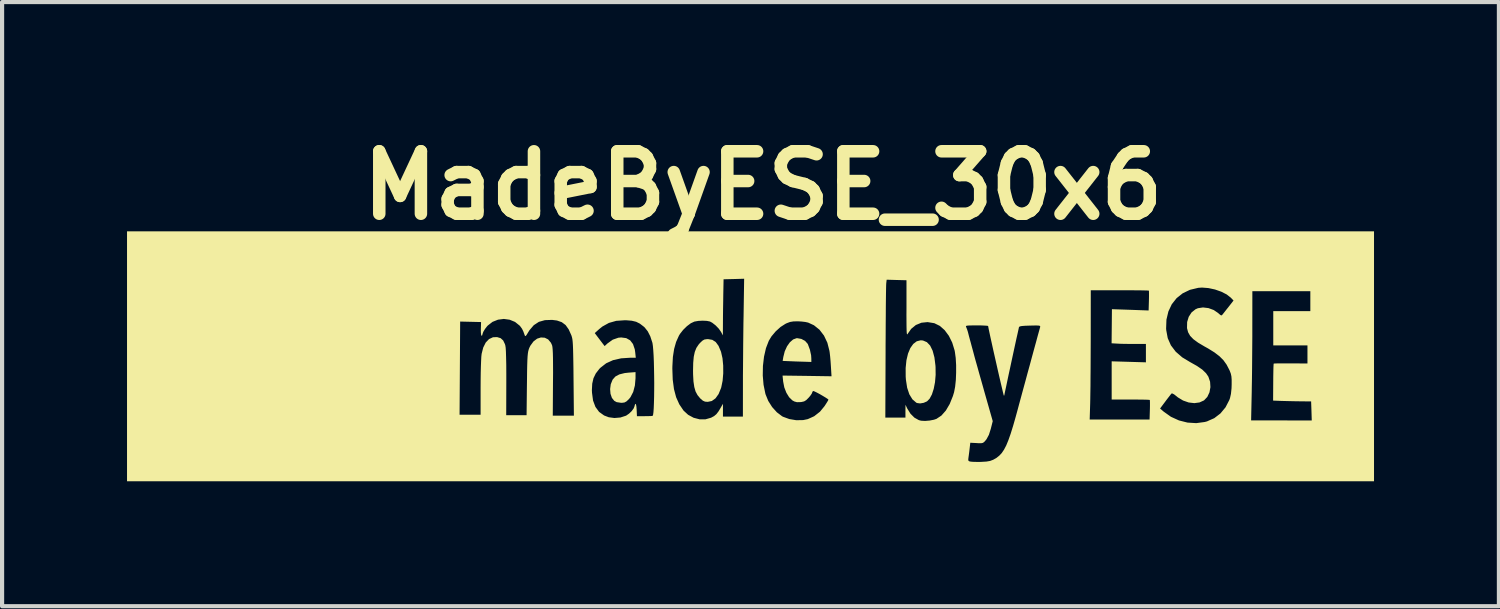
<source format=kicad_pcb>
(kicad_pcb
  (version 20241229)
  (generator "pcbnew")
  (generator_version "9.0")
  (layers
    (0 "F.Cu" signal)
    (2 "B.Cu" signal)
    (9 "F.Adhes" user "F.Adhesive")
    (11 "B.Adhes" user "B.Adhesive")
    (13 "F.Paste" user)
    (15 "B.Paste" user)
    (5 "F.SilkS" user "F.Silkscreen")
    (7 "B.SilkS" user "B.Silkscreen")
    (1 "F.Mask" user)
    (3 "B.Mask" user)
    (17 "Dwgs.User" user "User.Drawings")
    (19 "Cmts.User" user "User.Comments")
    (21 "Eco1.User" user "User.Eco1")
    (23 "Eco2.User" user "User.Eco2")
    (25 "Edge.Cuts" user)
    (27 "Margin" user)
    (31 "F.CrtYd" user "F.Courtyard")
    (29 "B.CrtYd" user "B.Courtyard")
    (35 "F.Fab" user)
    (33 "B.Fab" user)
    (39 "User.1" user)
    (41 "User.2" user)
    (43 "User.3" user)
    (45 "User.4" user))
  (footprint "MadeByESE_30x6"
    (layer "F.Cu")
    (at 14.971 5.504)
    (property "Reference" "MadeByESE_30x6" (at 0.3 -4.1 0) (layer "F.SilkS") (effects (font (size 1.5 1.5) (thickness 0.3))))
    (attr board_only exclude_from_pos_files exclude_from_bom)
    (fp_poly (pts (xy 1.221 -0.416) (xy 1.309 -0.369) (xy 1.37 -0.301) (xy 1.377 -0.289) (xy 1.426 -0.157) (xy 1.455 -0.023) (xy 1.46 0.051) (xy 1.461 0.137) (xy 1.307 0.132) (xy 1.204 0.129) (xy 1.082 0.125) (xy 0.966 0.12) (xy 0.962 0.12) (xy 0.772 0.112) (xy 0.788 0.016) (xy 0.822 -0.119) (xy 0.877 -0.239) (xy 0.945 -0.335) (xy 1.023 -0.403) (xy 1.104 -0.433) (xy 1.121 -0.434)) (stroke (width 0) (type solid)) (fill yes) (layer "F.SilkS"))
    (fp_poly (pts (xy -2.761 0.526) (xy -2.776 0.701) (xy -2.817 0.857) (xy -2.883 0.984) (xy -2.921 1.03) (xy -2.978 1.084) (xy -3.026 1.11) (xy -3.086 1.118) (xy -3.108 1.118) (xy -3.214 1.102) (xy -3.271 1.071) (xy -3.328 1) (xy -3.362 0.901) (xy -3.371 0.788) (xy -3.356 0.673) (xy -3.314 0.568) (xy -3.309 0.559) (xy -3.244 0.486) (xy -3.15 0.436) (xy -3.022 0.404) (xy -2.931 0.394) (xy -2.761 0.381)) (stroke (width 0) (type solid)) (fill yes) (layer "F.SilkS"))
    (fp_poly (pts (xy 4.141 -0.378) (xy 4.235 -0.338) (xy 4.313 -0.256) (xy 4.373 -0.133) (xy 4.416 0.028) (xy 4.441 0.228) (xy 4.443 0.264) (xy 4.445 0.449) (xy 4.43 0.624) (xy 4.399 0.782) (xy 4.356 0.916) (xy 4.3 1.02) (xy 4.238 1.083) (xy 4.159 1.118) (xy 4.073 1.133) (xy 3.999 1.123) (xy 3.982 1.116) (xy 3.888 1.035) (xy 3.814 0.915) (xy 3.761 0.756) (xy 3.731 0.561) (xy 3.726 0.49) (xy 3.725 0.282) (xy 3.744 0.096) (xy 3.782 -0.064) (xy 3.837 -0.196) (xy 3.907 -0.295) (xy 3.991 -0.359) (xy 4.086 -0.383)) (stroke (width 0) (type solid)) (fill yes) (layer "F.SilkS"))
    (fp_poly (pts (xy -0.918 -0.394) (xy -0.836 -0.342) (xy -0.769 -0.251) (xy -0.713 -0.119) (xy -0.707 -0.102) (xy -0.673 0.048) (xy -0.656 0.223) (xy -0.655 0.409) (xy -0.67 0.588) (xy -0.702 0.744) (xy -0.708 0.764) (xy -0.767 0.908) (xy -0.842 1.012) (xy -0.93 1.075) (xy -1.027 1.095) (xy -1.092 1.09) (xy -1.144 1.067) (xy -1.202 1.017) (xy -1.21 1.009) (xy -1.272 0.934) (xy -1.319 0.847) (xy -1.35 0.739) (xy -1.37 0.604) (xy -1.379 0.435) (xy -1.38 0.342) (xy -1.376 0.159) (xy -1.363 0.013) (xy -1.338 -0.104) (xy -1.3 -0.2) (xy -1.246 -0.281) (xy -1.213 -0.319) (xy -1.156 -0.373) (xy -1.109 -0.401) (xy -1.053 -0.41) (xy -1.017 -0.411)) (stroke (width 0) (type solid)) (fill yes) (layer "F.SilkS"))
    (fp_poly (pts (xy 14.971 0.001) (xy 14.971 3.002) (xy 0 3.002) (xy -14.971 3.002) (xy -14.971 1.404) (xy -6.986 1.404) (xy -6.734 1.404) (xy -6.481 1.404) (xy -6.481 0.748) (xy -6.48 0.571) (xy -6.478 0.402) (xy -6.474 0.247) (xy -6.469 0.115) (xy -6.464 0.012) (xy -6.457 -0.052) (xy -6.457 -0.055) (xy -6.418 -0.209) (xy -6.358 -0.329) (xy -6.279 -0.412) (xy -6.184 -0.456) (xy -6.086 -0.46) (xy -6 -0.434) (xy -5.939 -0.379) (xy -5.896 -0.289) (xy -5.887 -0.257) (xy -5.879 -0.204) (xy -5.873 -0.109) (xy -5.869 0.027) (xy -5.865 0.202) (xy -5.864 0.413) (xy -5.864 0.626) (xy -5.866 1.416) (xy -5.621 1.416) (xy -5.377 1.416) (xy -5.37 0.777) (xy -5.367 0.551) (xy -5.365 0.366) (xy -5.362 0.216) (xy -5.358 0.098) (xy -5.353 0.005) (xy -5.346 -0.066) (xy -5.337 -0.121) (xy -5.325 -0.165) (xy -5.311 -0.203) (xy -5.293 -0.239) (xy -5.285 -0.255) (xy -5.211 -0.356) (xy -5.124 -0.422) (xy -5.032 -0.451) (xy -4.941 -0.445) (xy -4.859 -0.404) (xy -4.793 -0.325) (xy -4.765 -0.264) (xy -4.757 -0.226) (xy -4.751 -0.165) (xy -4.746 -0.075) (xy -4.743 0.047) (xy -4.742 0.203) (xy -4.741 0.398) (xy -4.743 0.623) (xy -4.748 1.427) (xy -4.495 1.427) (xy -4.241 1.427) (xy -4.247 0.817) (xy -3.809 0.817) (xy -3.806 0.877) (xy -3.781 1.064) (xy -3.724 1.216) (xy -3.636 1.336) (xy -3.516 1.422) (xy -3.404 1.465) (xy -3.268 1.483) (xy -3.124 1.471) (xy -2.994 1.429) (xy -2.985 1.425) (xy -2.918 1.379) (xy -2.854 1.318) (xy -2.806 1.253) (xy -2.784 1.198) (xy -2.784 1.193) (xy -2.772 1.153) (xy -2.762 1.143) (xy -2.75 1.156) (xy -2.74 1.207) (xy -2.734 1.284) (xy -2.727 1.439) (xy -2.556 1.439) (xy -2.468 1.438) (xy -2.396 1.436) (xy -2.353 1.433) (xy -2.351 1.432) (xy -2.34 1.408) (xy -2.331 1.344) (xy -2.324 1.247) (xy -2.319 1.122) (xy -2.315 0.975) (xy -2.313 0.814) (xy -2.312 0.642) (xy -2.314 0.468) (xy -2.317 0.298) (xy -1.877 0.298) (xy -1.868 0.561) (xy -1.838 0.789) (xy -1.786 0.985) (xy -1.71 1.154) (xy -1.61 1.302) (xy -1.609 1.304) (xy -1.498 1.406) (xy -1.367 1.477) (xy -1.224 1.514) (xy -1.08 1.514) (xy -0.947 1.476) (xy -0.875 1.437) (xy -0.819 1.39) (xy -0.767 1.322) (xy -0.721 1.245) (xy -0.662 1.142) (xy -0.662 1.296) (xy -0.662 1.45) (xy -0.422 1.45) (xy -0.183 1.45) (xy -0.182 0.703) (xy -0.182 0.496) (xy -0.182 0.462) (xy 0.294 0.462) (xy 0.313 0.685) (xy 0.355 0.891) (xy 0.361 0.914) (xy 0.426 1.073) (xy 0.519 1.22) (xy 0.633 1.346) (xy 0.757 1.44) (xy 0.781 1.453) (xy 0.931 1.508) (xy 1.098 1.536) (xy 1.263 1.533) (xy 1.374 1.51) (xy 1.457 1.473) (xy 3.237 1.473) (xy 3.478 1.473) (xy 3.72 1.473) (xy 3.72 1.319) (xy 3.721 1.165) (xy 3.764 1.256) (xy 3.841 1.38) (xy 3.936 1.475) (xy 4.042 1.534) (xy 4.097 1.548) (xy 4.192 1.553) (xy 4.302 1.544) (xy 4.405 1.524) (xy 4.464 1.504) (xy 4.583 1.425) (xy 4.69 1.304) (xy 4.783 1.146) (xy 4.86 0.955) (xy 4.888 0.862) (xy 4.913 0.732) (xy 4.93 0.572) (xy 4.937 0.394) (xy 4.937 0.213) (xy 4.927 0.041) (xy 4.907 -0.106) (xy 4.9 -0.142) (xy 4.843 -0.328) (xy 4.762 -0.491) (xy 4.661 -0.627) (xy 4.565 -0.712) (xy 5.173 -0.712) (xy 5.179 -0.698) (xy 5.199 -0.648) (xy 5.221 -0.58) (xy 5.224 -0.567) (xy 5.245 -0.484) (xy 5.267 -0.403) (xy 5.268 -0.398) (xy 5.284 -0.342) (xy 5.307 -0.255) (xy 5.335 -0.153) (xy 5.352 -0.09) (xy 5.373 -0.01) (xy 5.405 0.106) (xy 5.446 0.25) (xy 5.492 0.416) (xy 5.543 0.595) (xy 5.595 0.78) (xy 5.614 0.848) (xy 5.816 1.558) (xy 5.77 1.741) (xy 5.724 1.886) (xy 5.668 1.99) (xy 5.654 2.009) (xy 5.615 2.054) (xy 5.582 2.079) (xy 5.541 2.088) (xy 5.475 2.088) (xy 5.43 2.085) (xy 5.277 2.077) (xy 5.264 2.191) (xy 5.253 2.287) (xy 5.24 2.386) (xy 5.236 2.413) (xy 5.228 2.477) (xy 5.233 2.51) (xy 5.257 2.524) (xy 5.286 2.53) (xy 5.339 2.535) (xy 5.423 2.537) (xy 5.52 2.537) (xy 5.546 2.536) (xy 5.664 2.529) (xy 5.752 2.514) (xy 5.823 2.487) (xy 5.834 2.482) (xy 5.908 2.439) (xy 5.973 2.387) (xy 6.033 2.323) (xy 6.087 2.243) (xy 6.14 2.142) (xy 6.192 2.015) (xy 6.247 1.859) (xy 6.306 1.669) (xy 6.349 1.519) (xy 8.144 1.519) (xy 8.863 1.519) (xy 9.582 1.519) (xy 9.589 1.288) (xy 9.59 1.255) (xy 9.834 1.255) (xy 9.921 1.33) (xy 10.094 1.453) (xy 10.287 1.541) (xy 10.493 1.593) (xy 10.702 1.606) (xy 10.905 1.579) (xy 10.962 1.564) (xy 11.012 1.541) (xy 12.02 1.541) (xy 12.748 1.541) (xy 13.476 1.542) (xy 13.469 1.313) (xy 13.461 1.085) (xy 13.183 1.082) (xy 13.053 1.08) (xy 12.918 1.077) (xy 12.798 1.074) (xy 12.727 1.072) (xy 12.548 1.065) (xy 12.551 0.625) (xy 12.552 0.489) (xy 12.554 0.368) (xy 12.556 0.272) (xy 12.559 0.206) (xy 12.562 0.177) (xy 12.562 0.177) (xy 12.587 0.174) (xy 12.649 0.172) (xy 12.743 0.171) (xy 12.859 0.171) (xy 12.972 0.171) (xy 13.373 0.174) (xy 13.373 -0.044) (xy 13.373 -0.261) (xy 12.962 -0.261) (xy 12.552 -0.261) (xy 12.552 -0.672) (xy 12.552 -1.083) (xy 12.997 -1.083) (xy 13.442 -1.083) (xy 13.442 -1.323) (xy 13.442 -1.562) (xy 12.746 -1.562) (xy 12.05 -1.562) (xy 12.049 -0.701) (xy 12.049 -0.467) (xy 12.047 -0.213) (xy 12.045 0.049) (xy 12.043 0.307) (xy 12.04 0.549) (xy 12.036 0.763) (xy 12.035 0.851) (xy 12.02 1.541) (xy 11.012 1.541) (xy 11.135 1.487) (xy 11.284 1.373) (xy 11.406 1.226) (xy 11.497 1.05) (xy 11.513 1.005) (xy 11.536 0.903) (xy 11.55 0.769) (xy 11.553 0.674) (xy 11.553 0.564) (xy 11.547 0.484) (xy 11.533 0.419) (xy 11.508 0.352) (xy 11.495 0.324) (xy 11.431 0.201) (xy 11.355 0.095) (xy 11.26 -0.000039) (xy 11.14 -0.092) (xy 10.987 -0.187) (xy 10.899 -0.236) (xy 10.747 -0.326) (xy 10.634 -0.409) (xy 10.556 -0.49) (xy 10.507 -0.576) (xy 10.482 -0.671) (xy 10.481 -0.683) (xy 10.484 -0.822) (xy 10.522 -0.947) (xy 10.59 -1.052) (xy 10.685 -1.128) (xy 10.742 -1.153) (xy 10.864 -1.172) (xy 10.996 -1.156) (xy 11.122 -1.11) (xy 11.228 -1.038) (xy 11.247 -1.02) (xy 11.287 -0.987) (xy 11.315 -0.981) (xy 11.317 -0.983) (xy 11.339 -1.009) (xy 11.381 -1.062) (xy 11.436 -1.132) (xy 11.467 -1.17) (xy 11.598 -1.338) (xy 11.533 -1.406) (xy 11.435 -1.483) (xy 11.304 -1.55) (xy 11.153 -1.603) (xy 10.995 -1.637) (xy 10.842 -1.649) (xy 10.752 -1.643) (xy 10.551 -1.595) (xy 10.377 -1.511) (xy 10.231 -1.395) (xy 10.115 -1.248) (xy 10.034 -1.076) (xy 9.987 -0.88) (xy 9.979 -0.664) (xy 9.982 -0.627) (xy 10.018 -0.434) (xy 10.094 -0.262) (xy 10.21 -0.109) (xy 10.367 0.027) (xy 10.553 0.139) (xy 10.72 0.233) (xy 10.848 0.321) (xy 10.938 0.408) (xy 10.994 0.491) (xy 11.035 0.613) (xy 11.043 0.742) (xy 11.02 0.867) (xy 10.968 0.977) (xy 10.89 1.059) (xy 10.889 1.06) (xy 10.782 1.109) (xy 10.656 1.126) (xy 10.52 1.11) (xy 10.386 1.063) (xy 10.262 0.988) (xy 10.233 0.964) (xy 10.173 0.917) (xy 10.128 0.893) (xy 10.11 0.894) (xy 10.088 0.92) (xy 10.046 0.974) (xy 9.991 1.045) (xy 9.962 1.084) (xy 9.834 1.255) (xy 9.59 1.255) (xy 9.591 1.191) (xy 9.591 1.112) (xy 9.589 1.061) (xy 9.587 1.049) (xy 9.562 1.046) (xy 9.499 1.043) (xy 9.404 1.041) (xy 9.285 1.04) (xy 9.148 1.039) (xy 9.125 1.039) (xy 8.672 1.039) (xy 8.672 0.581) (xy 8.672 0.122) (xy 9.083 0.134) (xy 9.494 0.146) (xy 9.494 -0.075) (xy 9.494 -0.296) (xy 9.225 -0.295) (xy 9.102 -0.296) (xy 8.978 -0.297) (xy 8.872 -0.3) (xy 8.814 -0.303) (xy 8.67 -0.311) (xy 8.674 -0.721) (xy 8.678 -1.13) (xy 9.119 -1.115) (xy 9.559 -1.099) (xy 9.566 -1.333) (xy 9.568 -1.431) (xy 9.568 -1.511) (xy 9.567 -1.562) (xy 9.564 -1.576) (xy 9.54 -1.578) (xy 9.475 -1.58) (xy 9.377 -1.582) (xy 9.249 -1.583) (xy 9.099 -1.585) (xy 8.931 -1.585) (xy 8.862 -1.585) (xy 8.17 -1.585) (xy 8.169 -0.427) (xy 8.168 -0.185) (xy 8.167 0.056) (xy 8.166 0.291) (xy 8.164 0.511) (xy 8.163 0.712) (xy 8.16 0.886) (xy 8.158 1.027) (xy 8.156 1.125) (xy 8.144 1.519) (xy 6.349 1.519) (xy 6.371 1.441) (xy 6.405 1.317) (xy 6.446 1.164) (xy 6.493 0.991) (xy 6.544 0.803) (xy 6.598 0.606) (xy 6.652 0.405) (xy 6.707 0.206) (xy 6.759 0.013) (xy 6.808 -0.167) (xy 6.853 -0.33) (xy 6.891 -0.471) (xy 6.922 -0.583) (xy 6.944 -0.662) (xy 6.955 -0.702) (xy 6.956 -0.719) (xy 6.945 -0.731) (xy 6.913 -0.737) (xy 6.852 -0.739) (xy 6.756 -0.737) (xy 6.709 -0.736) (xy 6.593 -0.732) (xy 6.516 -0.726) (xy 6.47 -0.717) (xy 6.449 -0.704) (xy 6.445 -0.695) (xy 6.437 -0.656) (xy 6.422 -0.588) (xy 6.405 -0.512) (xy 6.386 -0.429) (xy 6.362 -0.318) (xy 6.333 -0.185) (xy 6.301 -0.037) (xy 6.267 0.121) (xy 6.233 0.28) (xy 6.199 0.436) (xy 6.168 0.582) (xy 6.141 0.711) (xy 6.118 0.817) (xy 6.102 0.894) (xy 6.094 0.936) (xy 6.093 0.941) (xy 6.083 0.946) (xy 6.083 0.945) (xy 6.076 0.922) (xy 6.06 0.859) (xy 6.038 0.764) (xy 6.009 0.643) (xy 5.976 0.501) (xy 5.94 0.344) (xy 5.903 0.179) (xy 5.865 0.012) (xy 5.828 -0.152) (xy 5.794 -0.307) (xy 5.763 -0.446) (xy 5.738 -0.563) (xy 5.719 -0.653) (xy 5.708 -0.71) (xy 5.705 -0.726) (xy 5.684 -0.732) (xy 5.626 -0.736) (xy 5.54 -0.74) (xy 5.434 -0.741) (xy 5.431 -0.741) (xy 5.315 -0.74) (xy 5.239 -0.738) (xy 5.194 -0.734) (xy 5.174 -0.725) (xy 5.173 -0.712) (xy 4.565 -0.712) (xy 4.545 -0.729) (xy 4.417 -0.792) (xy 4.411 -0.794) (xy 4.252 -0.82) (xy 4.104 -0.805) (xy 3.97 -0.75) (xy 3.858 -0.658) (xy 3.78 -0.547) (xy 3.77 -0.53) (xy 3.762 -0.525) (xy 3.755 -0.536) (xy 3.751 -0.569) (xy 3.748 -0.626) (xy 3.746 -0.713) (xy 3.745 -0.834) (xy 3.744 -0.992) (xy 3.745 -1.151) (xy 3.745 -1.825) (xy 3.507 -1.831) (xy 3.269 -1.838) (xy 3.259 -1.751) (xy 3.257 -1.714) (xy 3.255 -1.636) (xy 3.253 -1.519) (xy 3.251 -1.369) (xy 3.249 -1.189) (xy 3.248 -0.983) (xy 3.246 -0.755) (xy 3.245 -0.51) (xy 3.243 -0.25) (xy 3.243 -0.096) (xy 3.237 1.473) (xy 1.457 1.473) (xy 1.529 1.44) (xy 1.668 1.331) (xy 1.778 1.197) (xy 1.823 1.127) (xy 1.856 1.073) (xy 1.871 1.044) (xy 1.871 1.042) (xy 1.853 1.025) (xy 1.804 0.993) (xy 1.738 0.953) (xy 1.664 0.91) (xy 1.593 0.872) (xy 1.537 0.845) (xy 1.507 0.834) (xy 1.507 0.834) (xy 1.486 0.852) (xy 1.483 0.866) (xy 1.469 0.9) (xy 1.432 0.953) (xy 1.396 0.995) (xy 1.338 1.053) (xy 1.287 1.084) (xy 1.222 1.099) (xy 1.197 1.101) (xy 1.115 1.103) (xy 1.052 1.086) (xy 1.004 1.059) (xy 0.927 0.984) (xy 0.861 0.877) (xy 0.811 0.748) (xy 0.784 0.609) (xy 0.784 0.609) (xy 0.769 0.464) (xy 1.357 0.472) (xy 1.945 0.481) (xy 1.93 0.237) (xy 1.922 0.12) (xy 1.912 0.006) (xy 1.901 -0.089) (xy 1.895 -0.129) (xy 1.845 -0.325) (xy 1.764 -0.496) (xy 1.656 -0.637) (xy 1.523 -0.744) (xy 1.384 -0.808) (xy 1.316 -0.823) (xy 1.223 -0.834) (xy 1.131 -0.839) (xy 1.028 -0.836) (xy 0.949 -0.823) (xy 0.871 -0.794) (xy 0.838 -0.778) (xy 0.721 -0.703) (xy 0.605 -0.598) (xy 0.503 -0.477) (xy 0.439 -0.371) (xy 0.371 -0.195) (xy 0.324 0.01) (xy 0.298 0.233) (xy 0.294 0.462) (xy -0.182 0.462) (xy -0.18 0.255) (xy -0.178 -0.007) (xy -0.176 -0.279) (xy -0.173 -0.549) (xy -0.17 -0.805) (xy -0.167 -0.953) (xy -0.153 -1.861) (xy -0.4 -1.854) (xy -0.647 -1.848) (xy -0.654 -1.482) (xy -0.656 -1.324) (xy -0.659 -1.151) (xy -0.661 -0.98) (xy -0.662 -0.833) (xy -0.662 -0.809) (xy -0.664 -0.501) (xy -0.707 -0.583) (xy -0.762 -0.662) (xy -0.838 -0.741) (xy -0.92 -0.805) (xy -0.974 -0.834) (xy -1.047 -0.849) (xy -1.146 -0.854) (xy -1.251 -0.849) (xy -1.343 -0.833) (xy -1.35 -0.831) (xy -1.434 -0.792) (xy -1.527 -0.722) (xy -1.617 -0.634) (xy -1.693 -0.537) (xy -1.719 -0.494) (xy -1.787 -0.343) (xy -1.834 -0.176) (xy -1.864 0.016) (xy -1.876 0.241) (xy -1.877 0.298) (xy -2.317 0.298) (xy -2.317 0.295) (xy -2.321 0.132) (xy -2.327 -0.017) (xy -2.335 -0.145) (xy -2.344 -0.247) (xy -2.354 -0.315) (xy -2.356 -0.324) (xy -2.407 -0.479) (xy -2.468 -0.599) (xy -2.542 -0.692) (xy -2.567 -0.714) (xy -2.657 -0.783) (xy -2.747 -0.828) (xy -2.852 -0.853) (xy -2.985 -0.864) (xy -3.024 -0.864) (xy -3.225 -0.85) (xy -3.401 -0.8) (xy -3.556 -0.714) (xy -3.631 -0.654) (xy -3.74 -0.556) (xy -3.622 -0.4) (xy -3.503 -0.244) (xy -3.435 -0.307) (xy -3.308 -0.398) (xy -3.173 -0.445) (xy -3.105 -0.451) (xy -2.984 -0.435) (xy -2.89 -0.382) (xy -2.822 -0.293) (xy -2.779 -0.166) (xy -2.768 -0.089) (xy -2.755 0.035) (xy -2.878 0.035) (xy -3.106 0.05) (xy -3.301 0.094) (xy -3.466 0.169) (xy -3.602 0.275) (xy -3.629 0.302) (xy -3.715 0.413) (xy -3.771 0.528) (xy -3.801 0.659) (xy -3.809 0.817) (xy -4.247 0.817) (xy -4.25 0.52) (xy -4.252 0.289) (xy -4.255 0.1) (xy -4.258 -0.054) (xy -4.261 -0.176) (xy -4.265 -0.271) (xy -4.27 -0.345) (xy -4.276 -0.401) (xy -4.284 -0.444) (xy -4.294 -0.479) (xy -4.301 -0.501) (xy -4.366 -0.645) (xy -4.44 -0.749) (xy -4.532 -0.818) (xy -4.647 -0.858) (xy -4.764 -0.873) (xy -4.936 -0.867) (xy -5.082 -0.826) (xy -5.204 -0.746) (xy -5.307 -0.626) (xy -5.34 -0.573) (xy -5.378 -0.511) (xy -5.401 -0.484) (xy -5.415 -0.489) (xy -5.421 -0.502) (xy -5.455 -0.596) (xy -5.487 -0.661) (xy -5.527 -0.716) (xy -5.543 -0.735) (xy -5.654 -0.824) (xy -5.783 -0.877) (xy -5.923 -0.896) (xy -6.063 -0.878) (xy -6.194 -0.826) (xy -6.308 -0.738) (xy -6.324 -0.721) (xy -6.376 -0.654) (xy -6.415 -0.589) (xy -6.429 -0.553) (xy -6.444 -0.5) (xy -6.458 -0.489) (xy -6.469 -0.516) (xy -6.475 -0.576) (xy -6.475 -0.655) (xy -6.47 -0.821) (xy -6.721 -0.827) (xy -6.972 -0.833) (xy -6.979 0.286) (xy -6.986 1.404) (xy -14.971 1.404) (xy -14.971 0.001) (xy -14.971 -3) (xy 0 -3) (xy 14.971 -3)) (stroke (width 0) (type solid)) (fill yes) (layer "F.SilkS")))
  (gr_rect
    (start -3 -3)
    (end 32.941 11.506)
    (stroke (width 0.1) (type default))
    (fill no)
    (layer "Edge.Cuts")))
</source>
